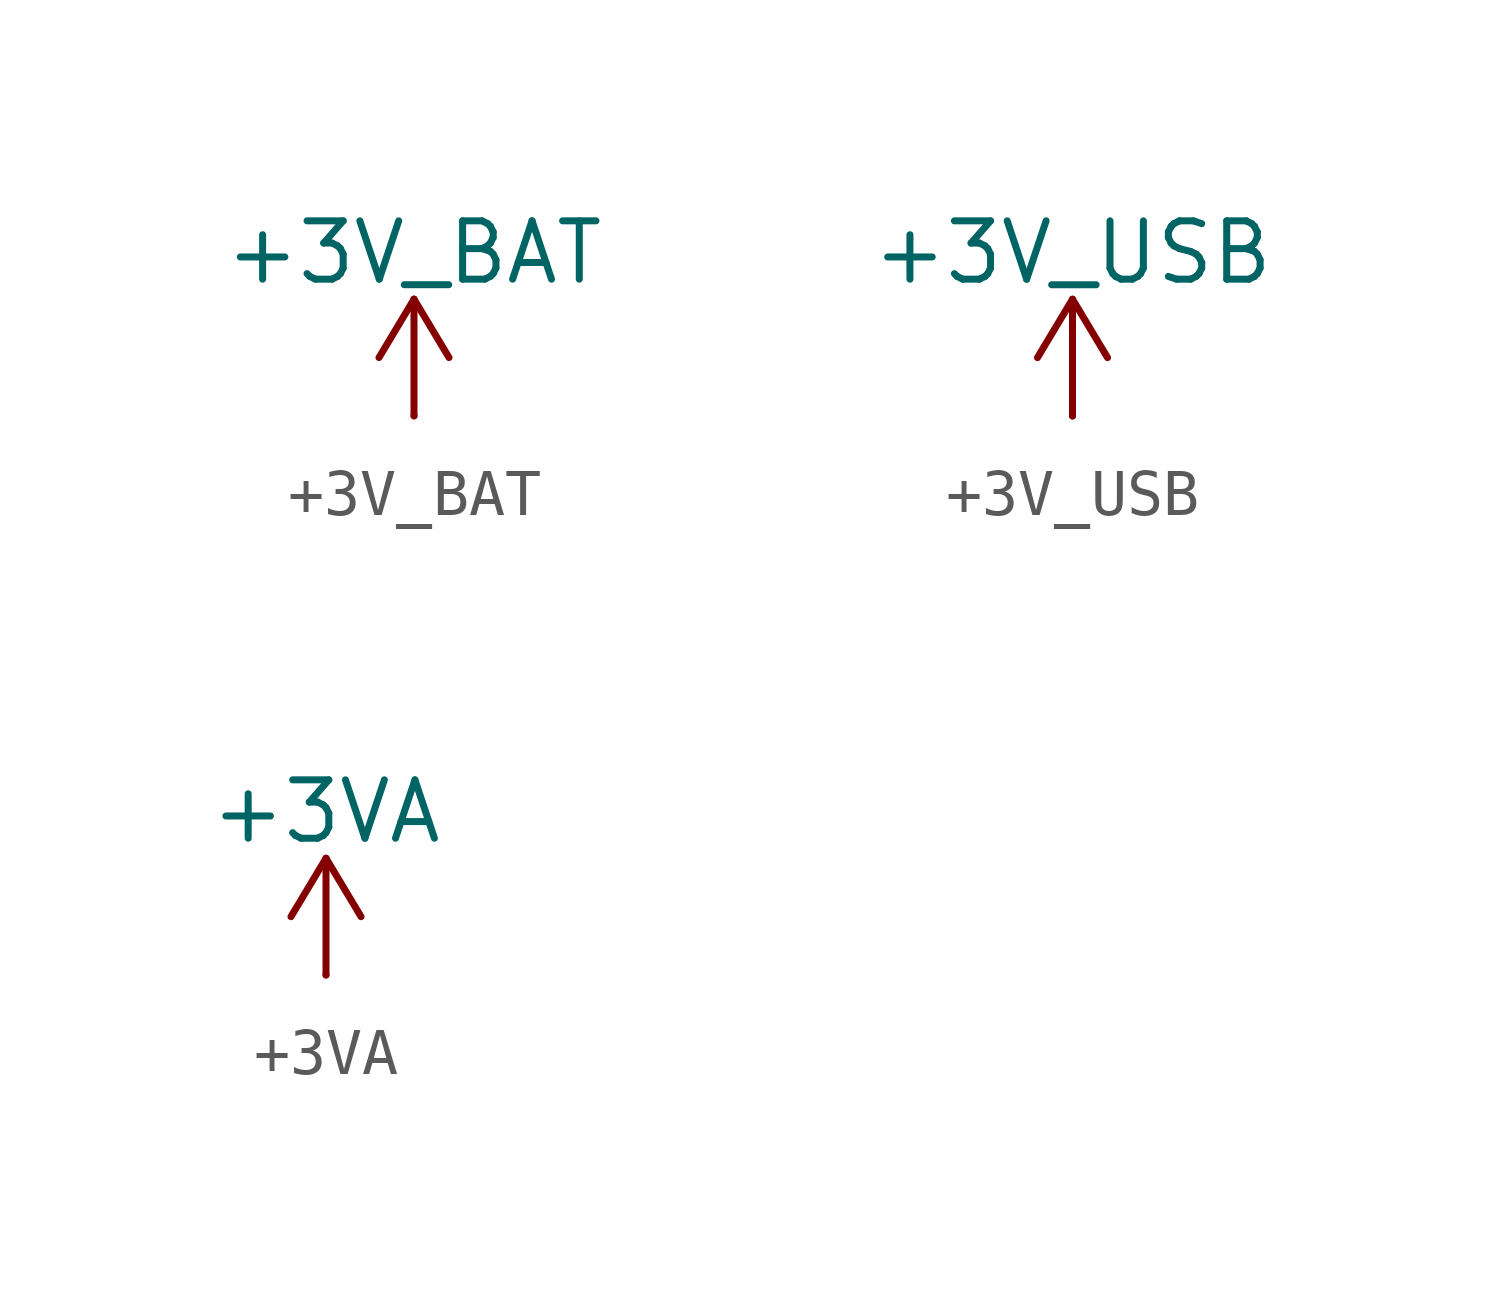
<source format=kicad_sym>
(kicad_symbol_lib
  (version 20241209)
  (generator "kicad_symbol_editor")
  (generator_version "9.0")
  (symbol "+3V_BAT"
    (power)
    (pin_numbers
      (hide yes))
    (pin_names
      (offset 0)
      (hide yes))
    (property "Reference" "#PWR"
      (at 0 -3.81 0)
      (effects (font (size 1.27 1.27)) (hide yes)))
    (property "Value" "+3V_BAT"
      (at 0 3.556 0)
      (effects (font (size 1.27 1.27))))
    (symbol "+3V_BAT_0_1"
      (polyline (pts (xy -0.762 1.27) (xy 0 2.54)) (stroke (width 0) (type default)) (fill (type none)))
      (polyline (pts (xy 0 2.54) (xy 0.762 1.27)) (stroke (width 0) (type default)) (fill (type none)))
      (polyline (pts (xy 0 0) (xy 0 2.54)) (stroke (width 0) (type default)) (fill (type none))))
    (symbol "+3V_BAT_1_1"
      (pin power_in line (at 0 0 90) (length 0) (name "~" (effects (font (size 1.27 1.27)))) (number "1" (effects (font (size 1.27 1.27)))))))
  (symbol "+3V_USB"
    (power)
    (pin_numbers
      (hide yes))
    (pin_names
      (offset 0)
      (hide yes))
    (property "Reference" "#PWR"
      (at 0 -3.81 0)
      (effects (font (size 1.27 1.27)) (hide yes)))
    (property "Value" "+3V_USB"
      (at 0 3.556 0)
      (effects (font (size 1.27 1.27))))
    (symbol "+3V_USB_0_1"
      (polyline (pts (xy -0.762 1.27) (xy 0 2.54)) (stroke (width 0) (type default)) (fill (type none)))
      (polyline (pts (xy 0 2.54) (xy 0.762 1.27)) (stroke (width 0) (type default)) (fill (type none)))
      (polyline (pts (xy 0 0) (xy 0 2.54)) (stroke (width 0) (type default)) (fill (type none))))
    (symbol "+3V_USB_1_1"
      (pin power_in line (at 0 0 90) (length 0) (name "~" (effects (font (size 1.27 1.27)))) (number "1" (effects (font (size 1.27 1.27)))))))
  (symbol "+3VA"
    (power)
    (pin_numbers
      (hide yes))
    (pin_names
      (offset 0)
      (hide yes))
    (property "Reference" "#PWR"
      (at 0 -3.81 0)
      (effects (font (size 1.27 1.27)) (hide yes)))
    (property "Value" "+3VA"
      (at 0 3.556 0)
      (effects (font (size 1.27 1.27))))
    (symbol "+3VA_0_1"
      (polyline (pts (xy -0.762 1.27) (xy 0 2.54)) (stroke (width 0) (type default)) (fill (type none)))
      (polyline (pts (xy 0 2.54) (xy 0.762 1.27)) (stroke (width 0) (type default)) (fill (type none)))
      (polyline (pts (xy 0 0) (xy 0 2.54)) (stroke (width 0) (type default)) (fill (type none))))
    (symbol "+3VA_1_1"
      (pin power_in line (at 0 0 90) (length 0) (name "~" (effects (font (size 1.27 1.27)))) (number "1" (effects (font (size 1.27 1.27))))))))
</source>
